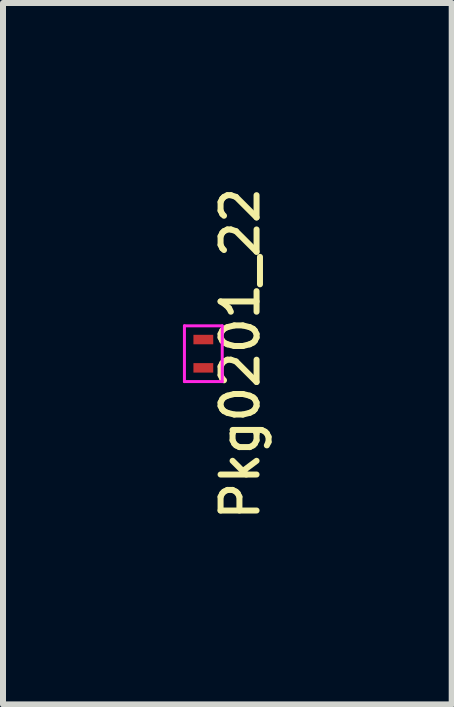
<source format=kicad_pcb>
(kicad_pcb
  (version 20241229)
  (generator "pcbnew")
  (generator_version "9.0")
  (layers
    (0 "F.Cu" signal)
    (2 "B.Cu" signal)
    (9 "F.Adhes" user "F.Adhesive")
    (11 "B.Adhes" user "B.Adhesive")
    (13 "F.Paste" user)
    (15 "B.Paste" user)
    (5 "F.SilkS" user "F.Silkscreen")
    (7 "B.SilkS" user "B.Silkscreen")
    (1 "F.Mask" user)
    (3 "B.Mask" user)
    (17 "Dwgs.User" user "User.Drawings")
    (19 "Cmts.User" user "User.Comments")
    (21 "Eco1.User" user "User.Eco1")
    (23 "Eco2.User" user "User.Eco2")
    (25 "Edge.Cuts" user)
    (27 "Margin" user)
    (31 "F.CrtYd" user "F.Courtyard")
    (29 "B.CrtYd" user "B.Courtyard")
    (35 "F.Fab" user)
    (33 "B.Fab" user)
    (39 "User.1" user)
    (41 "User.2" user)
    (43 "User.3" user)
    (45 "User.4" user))
  (footprint "Pkg0201_22"
    (layer "F.Cu")
    (at 0.34 2.847)
    (property "Reference" "Pkg0201_22" (at 0.615 0 90) (layer "F.SilkS") (effects (font (size 0.6 0.6) (thickness 0.1))))
    (fp_line (start -0.315 -0.465) (end -0.315 0.465) (stroke (width 0.05) (type solid)) (layer "F.CrtYd"))
    (fp_line (start -0.315 0.465) (end 0.315 0.465) (stroke (width 0.05) (type solid)) (layer "F.CrtYd"))
    (fp_line (start 0.315 -0.465) (end -0.315 -0.465) (stroke (width 0.05) (type solid)) (layer "F.CrtYd"))
    (fp_line (start 0.315 0.465) (end 0.315 -0.465) (stroke (width 0.05) (type solid)) (layer "F.CrtYd"))
    (pad "1" smd rect (at 0 -0.236) (size 0.33 0.158) (layers "F.Cu" "F.Mask" "F.Paste"))
    (pad "2" smd rect (at 0 0.236) (size 0.33 0.158) (layers "F.Cu" "F.Mask" "F.Paste")))
  (gr_rect
    (start -3 -3)
    (end 4.481 8.694)
    (stroke (width 0.1) (type default))
    (fill no)
    (layer "Edge.Cuts")))
</source>
